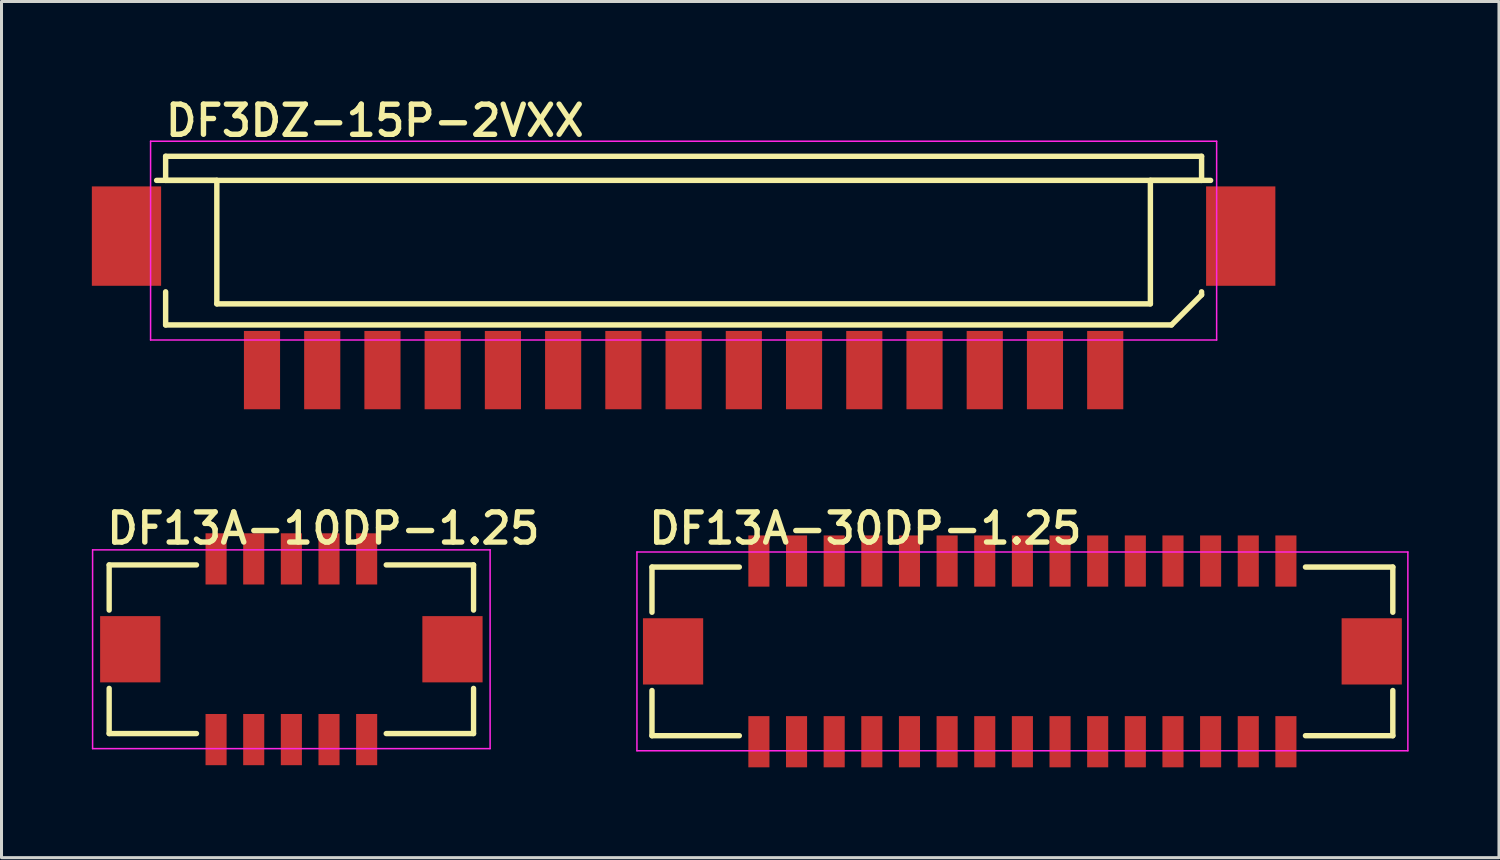
<source format=kicad_pcb>
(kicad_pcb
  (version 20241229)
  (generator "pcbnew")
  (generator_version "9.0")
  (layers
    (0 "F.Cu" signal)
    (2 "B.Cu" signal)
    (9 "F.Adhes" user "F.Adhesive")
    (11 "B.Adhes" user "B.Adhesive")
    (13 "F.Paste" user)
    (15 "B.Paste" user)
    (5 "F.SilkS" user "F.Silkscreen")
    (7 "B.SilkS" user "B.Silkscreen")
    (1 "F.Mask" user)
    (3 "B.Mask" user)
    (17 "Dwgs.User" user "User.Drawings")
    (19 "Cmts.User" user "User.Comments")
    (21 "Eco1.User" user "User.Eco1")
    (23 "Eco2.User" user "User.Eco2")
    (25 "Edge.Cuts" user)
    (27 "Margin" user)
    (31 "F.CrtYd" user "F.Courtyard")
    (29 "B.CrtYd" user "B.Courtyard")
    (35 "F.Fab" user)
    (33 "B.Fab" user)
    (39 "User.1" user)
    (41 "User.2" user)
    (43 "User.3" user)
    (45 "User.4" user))
  (footprint "DF13A-10DP-1.25"
    (layer "F.Cu")
    (at 6.625 18.509)
    (property "Reference" "DF13A-10DP-1.25" (at -6.223 -3.429 0) (layer "F.SilkS") (effects (font (size 1 1) (thickness 0.18)) (justify left bottom)))
    (attr through_hole)
    (fp_line (start -6.05 -2.8) (end -3.15 -2.8) (stroke (width 0.178) (type solid)) (layer "F.SilkS"))
    (fp_line (start -6.05 -1.3) (end -6.05 -2.8) (stroke (width 0.178) (type solid)) (layer "F.SilkS"))
    (fp_line (start -6.05 2.8) (end -6.05 1.3) (stroke (width 0.178) (type solid)) (layer "F.SilkS"))
    (fp_line (start -6.05 2.8) (end -3.15 2.8) (stroke (width 0.178) (type solid)) (layer "F.SilkS"))
    (fp_line (start 6.05 -2.8) (end 3.15 -2.8) (stroke (width 0.178) (type solid)) (layer "F.SilkS"))
    (fp_line (start 6.05 -2.8) (end 6.05 -1.3) (stroke (width 0.178) (type solid)) (layer "F.SilkS"))
    (fp_line (start 6.05 1.3) (end 6.05 2.8) (stroke (width 0.178) (type solid)) (layer "F.SilkS"))
    (fp_line (start 6.05 2.8) (end 3.15 2.8) (stroke (width 0.178) (type solid)) (layer "F.SilkS"))
    (fp_line (start -6.6 -3.3) (end 6.6 -3.3) (stroke (width 0.05) (type solid)) (layer "F.CrtYd"))
    (fp_line (start -6.6 3.3) (end -6.6 -3.3) (stroke (width 0.05) (type solid)) (layer "F.CrtYd"))
    (fp_line (start 6.6 -3.3) (end 6.6 3.3) (stroke (width 0.05) (type solid)) (layer "F.CrtYd"))
    (fp_line (start 6.6 3.3) (end -6.6 3.3) (stroke (width 0.05) (type solid)) (layer "F.CrtYd"))
    (pad "1" smd rect (at -2.5 -3) (size 0.7 1.7) (layers "F.Cu" "F.Mask" "F.Paste"))
    (pad "2" smd rect (at -2.5 3) (size 0.7 1.7) (layers "F.Cu" "F.Mask" "F.Paste"))
    (pad "3" smd rect (at -1.25 -3) (size 0.7 1.7) (layers "F.Cu" "F.Mask" "F.Paste"))
    (pad "4" smd rect (at -1.25 3) (size 0.7 1.7) (layers "F.Cu" "F.Mask" "F.Paste"))
    (pad "5" smd rect (at 0 -3) (size 0.7 1.7) (layers "F.Cu" "F.Mask" "F.Paste"))
    (pad "6" smd rect (at 0 3) (size 0.7 1.7) (layers "F.Cu" "F.Mask" "F.Paste"))
    (pad "7" smd rect (at 1.25 -3) (size 0.7 1.7) (layers "F.Cu" "F.Mask" "F.Paste"))
    (pad "8" smd rect (at 1.25 3) (size 0.7 1.7) (layers "F.Cu" "F.Mask" "F.Paste"))
    (pad "9" smd rect (at 2.5 -3) (size 0.7 1.7) (layers "F.Cu" "F.Mask" "F.Paste"))
    (pad "10" smd rect (at 2.5 3) (size 0.7 1.7) (layers "F.Cu" "F.Mask" "F.Paste"))
    (pad "PAD" smd rect (at -5.35 0) (size 2 2.2) (layers "F.Cu" "F.Mask" "F.Paste"))
    (pad "PAD" smd rect (at 5.35 0) (size 2 2.2) (layers "F.Cu" "F.Mask" "F.Paste")))
  (footprint "DF13A-30DP-1.25"
    (layer "F.Cu")
    (at 30.9 18.58)
    (property "Reference" "DF13A-30DP-1.25" (at -12.5 -3.5 0) (layer "F.SilkS") (effects (font (size 1 1) (thickness 0.18)) (justify left bottom)))
    (attr through_hole)
    (fp_line (start -12.3 -2.8) (end -9.4 -2.8) (stroke (width 0.18) (type solid)) (layer "F.SilkS"))
    (fp_line (start -12.3 -1.3) (end -12.3 -2.8) (stroke (width 0.18) (type solid)) (layer "F.SilkS"))
    (fp_line (start -12.3 2.8) (end -12.3 1.3) (stroke (width 0.18) (type solid)) (layer "F.SilkS"))
    (fp_line (start -12.3 2.8) (end -9.4 2.8) (stroke (width 0.18) (type solid)) (layer "F.SilkS"))
    (fp_line (start 12.3 -2.8) (end 9.4 -2.8) (stroke (width 0.18) (type solid)) (layer "F.SilkS"))
    (fp_line (start 12.3 -2.8) (end 12.3 -1.3) (stroke (width 0.18) (type solid)) (layer "F.SilkS"))
    (fp_line (start 12.3 1.3) (end 12.3 2.8) (stroke (width 0.18) (type solid)) (layer "F.SilkS"))
    (fp_line (start 12.3 2.8) (end 9.4 2.8) (stroke (width 0.18) (type solid)) (layer "F.SilkS"))
    (fp_line (start -12.8 -3.3) (end 12.8 -3.3) (stroke (width 0.05) (type solid)) (layer "F.CrtYd"))
    (fp_line (start -12.8 3.3) (end -12.8 -3.3) (stroke (width 0.05) (type solid)) (layer "F.CrtYd"))
    (fp_line (start 12.8 -3.3) (end 12.8 3.3) (stroke (width 0.05) (type solid)) (layer "F.CrtYd"))
    (fp_line (start 12.8 3.3) (end -12.8 3.3) (stroke (width 0.05) (type solid)) (layer "F.CrtYd"))
    (pad "1" smd rect (at -8.75 -3) (size 0.7 1.7) (layers "F.Cu" "F.Mask" "F.Paste"))
    (pad "2" smd rect (at -8.75 3) (size 0.7 1.7) (layers "F.Cu" "F.Mask" "F.Paste"))
    (pad "3" smd rect (at -7.5 -3) (size 0.7 1.7) (layers "F.Cu" "F.Mask" "F.Paste"))
    (pad "4" smd rect (at -7.5 3) (size 0.7 1.7) (layers "F.Cu" "F.Mask" "F.Paste"))
    (pad "5" smd rect (at -6.25 -3) (size 0.7 1.7) (layers "F.Cu" "F.Mask" "F.Paste"))
    (pad "6" smd rect (at -6.25 3) (size 0.7 1.7) (layers "F.Cu" "F.Mask" "F.Paste"))
    (pad "7" smd rect (at -5 -3) (size 0.7 1.7) (layers "F.Cu" "F.Mask" "F.Paste"))
    (pad "8" smd rect (at -5 3) (size 0.7 1.7) (layers "F.Cu" "F.Mask" "F.Paste"))
    (pad "9" smd rect (at -3.75 -3) (size 0.7 1.7) (layers "F.Cu" "F.Mask" "F.Paste"))
    (pad "10" smd rect (at -3.75 3) (size 0.7 1.7) (layers "F.Cu" "F.Mask" "F.Paste"))
    (pad "11" smd rect (at -2.5 -3) (size 0.7 1.7) (layers "F.Cu" "F.Mask" "F.Paste"))
    (pad "12" smd rect (at -2.5 3) (size 0.7 1.7) (layers "F.Cu" "F.Mask" "F.Paste"))
    (pad "13" smd rect (at -1.25 -3) (size 0.7 1.7) (layers "F.Cu" "F.Mask" "F.Paste"))
    (pad "14" smd rect (at -1.25 3) (size 0.7 1.7) (layers "F.Cu" "F.Mask" "F.Paste"))
    (pad "15" smd rect (at 0 -3) (size 0.7 1.7) (layers "F.Cu" "F.Mask" "F.Paste"))
    (pad "16" smd rect (at 0 3) (size 0.7 1.7) (layers "F.Cu" "F.Mask" "F.Paste"))
    (pad "17" smd rect (at 1.25 -3) (size 0.7 1.7) (layers "F.Cu" "F.Mask" "F.Paste"))
    (pad "18" smd rect (at 1.25 3) (size 0.7 1.7) (layers "F.Cu" "F.Mask" "F.Paste"))
    (pad "19" smd rect (at 2.5 -3) (size 0.7 1.7) (layers "F.Cu" "F.Mask" "F.Paste"))
    (pad "20" smd rect (at 2.5 3) (size 0.7 1.7) (layers "F.Cu" "F.Mask" "F.Paste"))
    (pad "21" smd rect (at 3.75 -3) (size 0.7 1.7) (layers "F.Cu" "F.Mask" "F.Paste"))
    (pad "22" smd rect (at 3.75 3) (size 0.7 1.7) (layers "F.Cu" "F.Mask" "F.Paste"))
    (pad "23" smd rect (at 5 -3) (size 0.7 1.7) (layers "F.Cu" "F.Mask" "F.Paste"))
    (pad "24" smd rect (at 5 3) (size 0.7 1.7) (layers "F.Cu" "F.Mask" "F.Paste"))
    (pad "25" smd rect (at 6.25 -3) (size 0.7 1.7) (layers "F.Cu" "F.Mask" "F.Paste"))
    (pad "26" smd rect (at 6.25 3) (size 0.7 1.7) (layers "F.Cu" "F.Mask" "F.Paste"))
    (pad "27" smd rect (at 7.5 -3) (size 0.7 1.7) (layers "F.Cu" "F.Mask" "F.Paste"))
    (pad "28" smd rect (at 7.5 3) (size 0.7 1.7) (layers "F.Cu" "F.Mask" "F.Paste"))
    (pad "29" smd rect (at 8.75 -3) (size 0.7 1.7) (layers "F.Cu" "F.Mask" "F.Paste"))
    (pad "30" smd rect (at 8.75 3) (size 0.7 1.7) (layers "F.Cu" "F.Mask" "F.Paste"))
    (pad "PAD" smd rect (at -11.6 0) (size 2 2.2) (layers "F.Cu" "F.Mask" "F.Paste"))
    (pad "PAD" smd rect (at 11.6 0) (size 2 2.2) (layers "F.Cu" "F.Mask" "F.Paste")))
  (footprint "DF3DZ-15P-2VXX"
    (layer "F.Cu")
    (at 19.65 9.24)
    (property "Reference" "DF3DZ-15P-2VXX" (at -17.3 -7.7 0) (layer "F.SilkS") (effects (font (size 1 1) (thickness 0.18)) (justify left bottom)))
    (attr through_hole)
    (fp_line (start -17.5 -6.3) (end 17.5 -6.3) (stroke (width 0.18) (type solid)) (layer "F.SilkS"))
    (fp_line (start -17.2 -7.1) (end -17.2 -6.3) (stroke (width 0.18) (type solid)) (layer "F.SilkS"))
    (fp_line (start -17.2 -7.1) (end 17.2 -7.1) (stroke (width 0.18) (type solid)) (layer "F.SilkS"))
    (fp_line (start -17.2 -1.5) (end -17.2 -2.6) (stroke (width 0.18) (type solid)) (layer "F.SilkS"))
    (fp_line (start -17.2 -1.5) (end 16.2 -1.5) (stroke (width 0.18) (type solid)) (layer "F.SilkS"))
    (fp_line (start -15.5 -6.3) (end -17.2 -6.3) (stroke (width 0.18) (type solid)) (layer "F.SilkS"))
    (fp_line (start -15.5 -6.3) (end -15.5 -2.2) (stroke (width 0.18) (type solid)) (layer "F.SilkS"))
    (fp_line (start -15.5 -2.2) (end 15.5 -2.2) (stroke (width 0.18) (type solid)) (layer "F.SilkS"))
    (fp_line (start 15.5 -6.3) (end 17.2 -6.3) (stroke (width 0.18) (type solid)) (layer "F.SilkS"))
    (fp_line (start 15.5 -2.2) (end 15.5 -6.3) (stroke (width 0.18) (type solid)) (layer "F.SilkS"))
    (fp_line (start 16.2 -1.5) (end 17.2 -2.5) (stroke (width 0.18) (type solid)) (layer "F.SilkS"))
    (fp_line (start 17.2 -7.1) (end 17.2 -6.3) (stroke (width 0.18) (type solid)) (layer "F.SilkS"))
    (fp_line (start 17.2 -2.5) (end 17.2 -2.6) (stroke (width 0.18) (type solid)) (layer "F.SilkS"))
    (fp_line (start -17.7 -7.6) (end 17.7 -7.6) (stroke (width 0.05) (type solid)) (layer "F.CrtYd"))
    (fp_line (start -17.7 -1) (end -17.7 -7.6) (stroke (width 0.05) (type solid)) (layer "F.CrtYd"))
    (fp_line (start 17.7 -7.6) (end 17.7 -1) (stroke (width 0.05) (type solid)) (layer "F.CrtYd"))
    (fp_line (start 17.7 -1) (end -17.7 -1) (stroke (width 0.05) (type solid)) (layer "F.CrtYd"))
    (pad "1" smd rect (at 14 0) (size 1.2 2.6) (layers "F.Cu" "F.Mask" "F.Paste"))
    (pad "2" smd rect (at 12 0) (size 1.2 2.6) (layers "F.Cu" "F.Mask" "F.Paste"))
    (pad "3" smd rect (at 10 0) (size 1.2 2.6) (layers "F.Cu" "F.Mask" "F.Paste"))
    (pad "4" smd rect (at 8 0) (size 1.2 2.6) (layers "F.Cu" "F.Mask" "F.Paste"))
    (pad "5" smd rect (at 6 0) (size 1.2 2.6) (layers "F.Cu" "F.Mask" "F.Paste"))
    (pad "6" smd rect (at 4 0) (size 1.2 2.6) (layers "F.Cu" "F.Mask" "F.Paste"))
    (pad "7" smd rect (at 2 0) (size 1.2 2.6) (layers "F.Cu" "F.Mask" "F.Paste"))
    (pad "8" smd rect (at 0 0) (size 1.2 2.6) (layers "F.Cu" "F.Mask" "F.Paste"))
    (pad "9" smd rect (at -2 0) (size 1.2 2.6) (layers "F.Cu" "F.Mask" "F.Paste"))
    (pad "10" smd rect (at -4 0) (size 1.2 2.6) (layers "F.Cu" "F.Mask" "F.Paste"))
    (pad "11" smd rect (at -6 0) (size 1.2 2.6) (layers "F.Cu" "F.Mask" "F.Paste"))
    (pad "12" smd rect (at -8 0) (size 1.2 2.6) (layers "F.Cu" "F.Mask" "F.Paste"))
    (pad "13" smd rect (at -10 0) (size 1.2 2.6) (layers "F.Cu" "F.Mask" "F.Paste"))
    (pad "14" smd rect (at -12 0) (size 1.2 2.6) (layers "F.Cu" "F.Mask" "F.Paste"))
    (pad "15" smd rect (at -14 0) (size 1.2 2.6) (layers "F.Cu" "F.Mask" "F.Paste"))
    (pad "TAB" smd rect (at -18.5 -4.45) (size 2.3 3.3) (layers "F.Cu" "F.Mask" "F.Paste"))
    (pad "TAB" smd rect (at 18.5 -4.45) (size 2.3 3.3) (layers "F.Cu" "F.Mask" "F.Paste")))
  (gr_rect
    (start -3 -3)
    (end 46.725 25.43)
    (stroke (width 0.1) (type default))
    (fill no)
    (layer "Edge.Cuts")))
</source>
